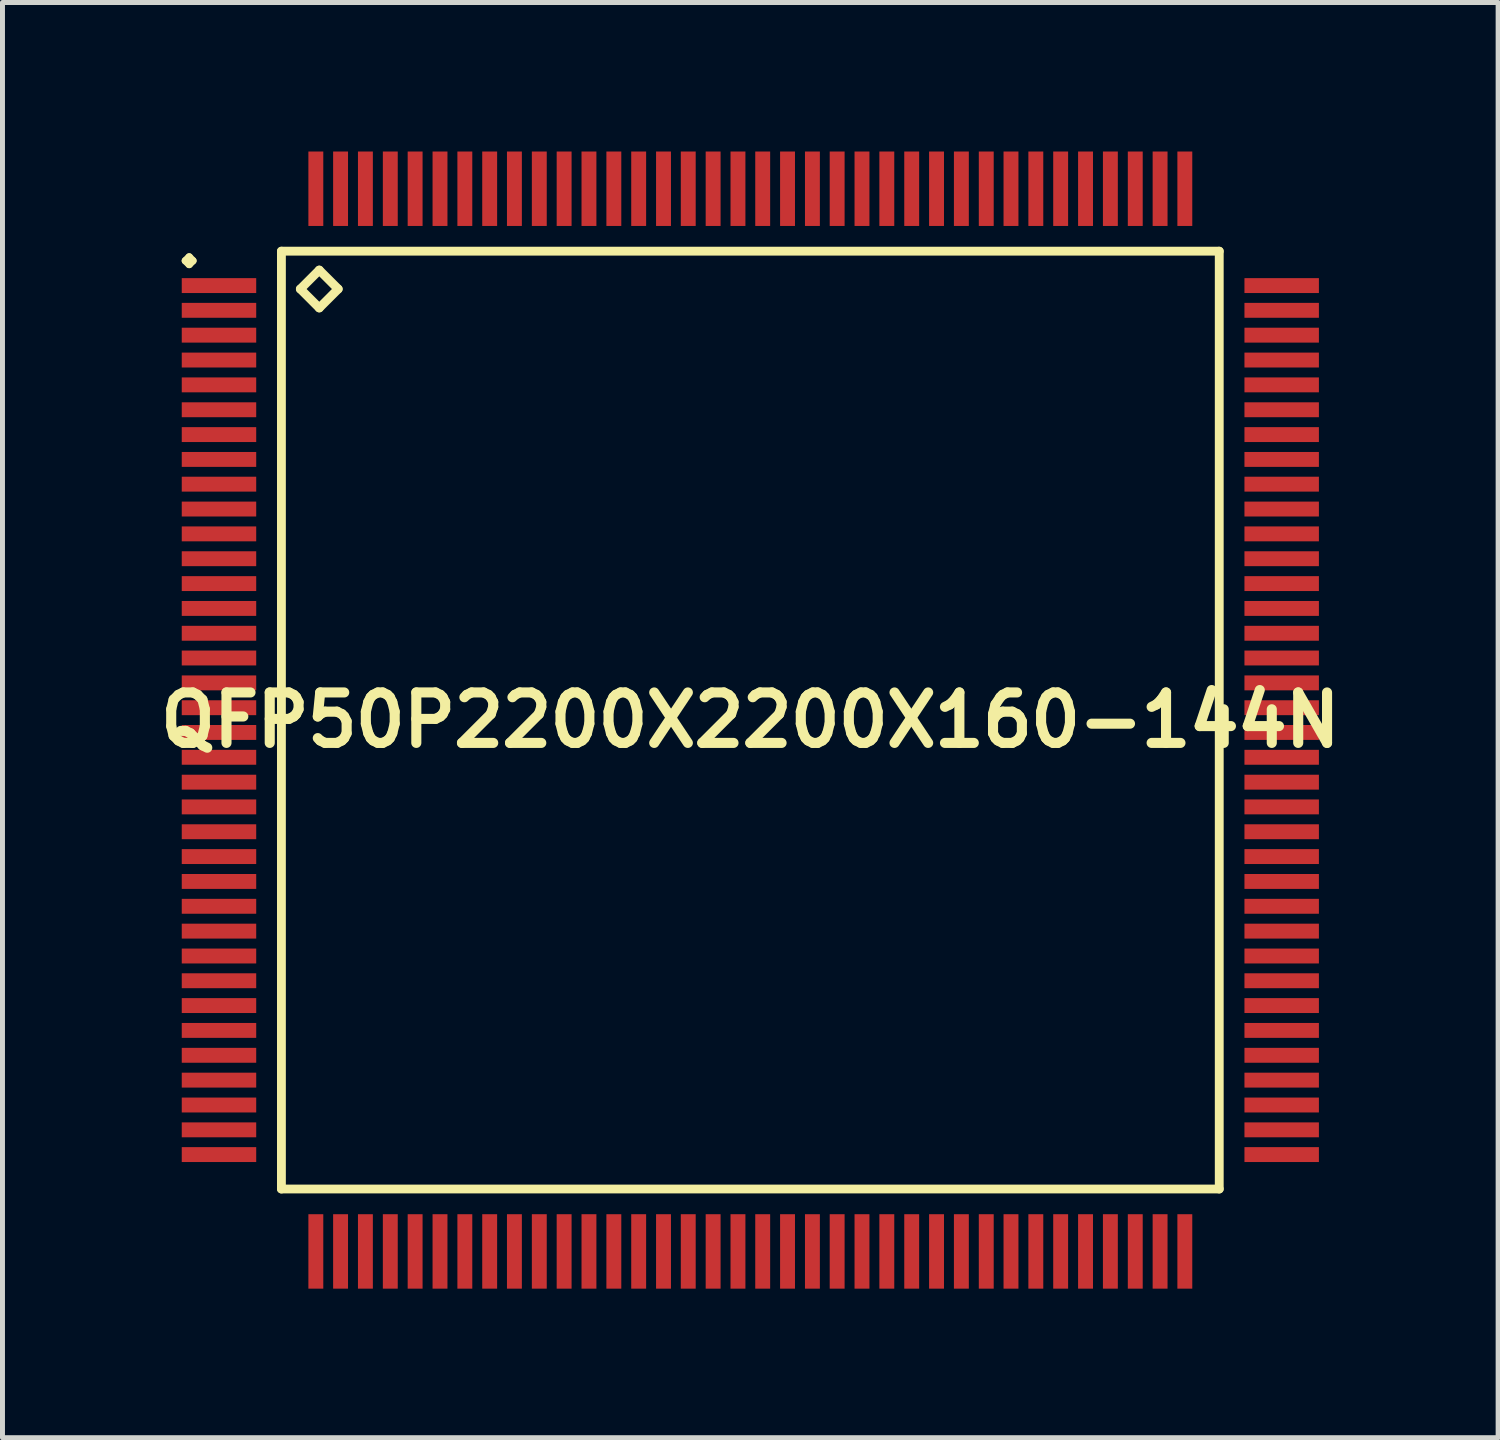
<source format=kicad_pcb>
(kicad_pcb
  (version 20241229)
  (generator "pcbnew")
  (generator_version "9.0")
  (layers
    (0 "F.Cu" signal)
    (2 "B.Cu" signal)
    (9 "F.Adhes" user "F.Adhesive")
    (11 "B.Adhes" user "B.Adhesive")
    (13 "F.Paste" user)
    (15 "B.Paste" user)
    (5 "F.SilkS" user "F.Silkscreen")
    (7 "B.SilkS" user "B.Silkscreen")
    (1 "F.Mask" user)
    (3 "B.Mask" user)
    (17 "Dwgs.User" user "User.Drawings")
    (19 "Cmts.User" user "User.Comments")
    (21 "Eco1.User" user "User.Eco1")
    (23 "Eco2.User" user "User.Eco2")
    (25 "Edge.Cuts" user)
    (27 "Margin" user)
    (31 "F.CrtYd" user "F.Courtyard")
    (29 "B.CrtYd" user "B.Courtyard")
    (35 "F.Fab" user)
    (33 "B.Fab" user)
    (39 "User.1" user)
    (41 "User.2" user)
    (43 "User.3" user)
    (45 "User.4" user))
  (footprint "QFP50P2200X2200X160-144N"
    (layer "F.Cu")
    (at 12.057 11.448)
    (property "Reference" "QFP50P2200X2200X160-144N" (at 0 0 0) (layer "F.SilkS") (effects (font (size 1.016 1.016) (thickness 0.203))))
    (attr smd)
    (fp_line (start -11.374 -9.248) (end -11.298 -9.324) (stroke (width 0.15) (type solid)) (layer "F.SilkS"))
    (fp_line (start -11.298 -9.324) (end -11.224 -9.248) (stroke (width 0.15) (type solid)) (layer "F.SilkS"))
    (fp_line (start -11.298 -9.174) (end -11.374 -9.248) (stroke (width 0.15) (type solid)) (layer "F.SilkS"))
    (fp_line (start -11.224 -9.248) (end -11.298 -9.174) (stroke (width 0.15) (type solid)) (layer "F.SilkS"))
    (fp_line (start -9.441 -9.441) (end -9.441 9.441) (stroke (width 0.178) (type solid)) (layer "F.SilkS"))
    (fp_line (start -9.441 9.441) (end 9.441 9.441) (stroke (width 0.178) (type solid)) (layer "F.SilkS"))
    (fp_line (start -9.06 -8.679) (end -8.679 -9.06) (stroke (width 0.178) (type solid)) (layer "F.SilkS"))
    (fp_line (start -8.679 -9.06) (end -8.298 -8.679) (stroke (width 0.178) (type solid)) (layer "F.SilkS"))
    (fp_line (start -8.679 -8.298) (end -9.06 -8.679) (stroke (width 0.178) (type solid)) (layer "F.SilkS"))
    (fp_line (start -8.298 -8.679) (end -8.679 -8.298) (stroke (width 0.178) (type solid)) (layer "F.SilkS"))
    (fp_line (start 9.441 -9.441) (end -9.441 -9.441) (stroke (width 0.178) (type solid)) (layer "F.SilkS"))
    (fp_line (start 9.441 9.441) (end 9.441 -9.441) (stroke (width 0.178) (type solid)) (layer "F.SilkS"))
    (pad "1" smd rect (at -10.698 -8.748) (size 1.499 0.3) (layers "F.Cu" "F.Mask" "F.Paste"))
    (pad "2" smd rect (at -10.698 -8.25) (size 1.499 0.3) (layers "F.Cu" "F.Mask" "F.Paste"))
    (pad "3" smd rect (at -10.698 -7.75) (size 1.499 0.3) (layers "F.Cu" "F.Mask" "F.Paste"))
    (pad "4" smd rect (at -10.698 -7.249) (size 1.499 0.3) (layers "F.Cu" "F.Mask" "F.Paste"))
    (pad "5" smd rect (at -10.698 -6.749) (size 1.499 0.3) (layers "F.Cu" "F.Mask" "F.Paste"))
    (pad "6" smd rect (at -10.698 -6.248) (size 1.499 0.3) (layers "F.Cu" "F.Mask" "F.Paste"))
    (pad "7" smd rect (at -10.698 -5.748) (size 1.499 0.3) (layers "F.Cu" "F.Mask" "F.Paste"))
    (pad "8" smd rect (at -10.698 -5.248) (size 1.499 0.3) (layers "F.Cu" "F.Mask" "F.Paste"))
    (pad "9" smd rect (at -10.698 -4.75) (size 1.499 0.3) (layers "F.Cu" "F.Mask" "F.Paste"))
    (pad "10" smd rect (at -10.698 -4.249) (size 1.499 0.3) (layers "F.Cu" "F.Mask" "F.Paste"))
    (pad "11" smd rect (at -10.698 -3.749) (size 1.499 0.3) (layers "F.Cu" "F.Mask" "F.Paste"))
    (pad "12" smd rect (at -10.698 -3.249) (size 1.499 0.3) (layers "F.Cu" "F.Mask" "F.Paste"))
    (pad "13" smd rect (at -10.698 -2.748) (size 1.499 0.3) (layers "F.Cu" "F.Mask" "F.Paste"))
    (pad "14" smd rect (at -10.698 -2.248) (size 1.499 0.3) (layers "F.Cu" "F.Mask" "F.Paste"))
    (pad "15" smd rect (at -10.698 -1.748) (size 1.499 0.3) (layers "F.Cu" "F.Mask" "F.Paste"))
    (pad "16" smd rect (at -10.698 -1.25) (size 1.499 0.3) (layers "F.Cu" "F.Mask" "F.Paste"))
    (pad "17" smd rect (at -10.698 -0.749) (size 1.499 0.3) (layers "F.Cu" "F.Mask" "F.Paste"))
    (pad "18" smd rect (at -10.698 -0.249) (size 1.499 0.3) (layers "F.Cu" "F.Mask" "F.Paste"))
    (pad "19" smd rect (at -10.698 0.249) (size 1.499 0.3) (layers "F.Cu" "F.Mask" "F.Paste"))
    (pad "20" smd rect (at -10.698 0.749) (size 1.499 0.3) (layers "F.Cu" "F.Mask" "F.Paste"))
    (pad "21" smd rect (at -10.698 1.25) (size 1.499 0.3) (layers "F.Cu" "F.Mask" "F.Paste"))
    (pad "22" smd rect (at -10.698 1.748) (size 1.499 0.3) (layers "F.Cu" "F.Mask" "F.Paste"))
    (pad "23" smd rect (at -10.698 2.248) (size 1.499 0.3) (layers "F.Cu" "F.Mask" "F.Paste"))
    (pad "24" smd rect (at -10.698 2.748) (size 1.499 0.3) (layers "F.Cu" "F.Mask" "F.Paste"))
    (pad "25" smd rect (at -10.698 3.249) (size 1.499 0.3) (layers "F.Cu" "F.Mask" "F.Paste"))
    (pad "26" smd rect (at -10.698 3.749) (size 1.499 0.3) (layers "F.Cu" "F.Mask" "F.Paste"))
    (pad "27" smd rect (at -10.698 4.249) (size 1.499 0.3) (layers "F.Cu" "F.Mask" "F.Paste"))
    (pad "28" smd rect (at -10.698 4.75) (size 1.499 0.3) (layers "F.Cu" "F.Mask" "F.Paste"))
    (pad "29" smd rect (at -10.698 5.248) (size 1.499 0.3) (layers "F.Cu" "F.Mask" "F.Paste"))
    (pad "30" smd rect (at -10.698 5.748) (size 1.499 0.3) (layers "F.Cu" "F.Mask" "F.Paste"))
    (pad "31" smd rect (at -10.698 6.248) (size 1.499 0.3) (layers "F.Cu" "F.Mask" "F.Paste"))
    (pad "32" smd rect (at -10.698 6.749) (size 1.499 0.3) (layers "F.Cu" "F.Mask" "F.Paste"))
    (pad "33" smd rect (at -10.698 7.249) (size 1.499 0.3) (layers "F.Cu" "F.Mask" "F.Paste"))
    (pad "34" smd rect (at -10.698 7.75) (size 1.499 0.3) (layers "F.Cu" "F.Mask" "F.Paste"))
    (pad "35" smd rect (at -10.698 8.25) (size 1.499 0.3) (layers "F.Cu" "F.Mask" "F.Paste"))
    (pad "36" smd rect (at -10.698 8.748) (size 1.499 0.3) (layers "F.Cu" "F.Mask" "F.Paste"))
    (pad "37" smd rect (at -8.748 10.698) (size 0.3 1.499) (layers "F.Cu" "F.Mask" "F.Paste"))
    (pad "38" smd rect (at -8.25 10.698) (size 0.3 1.499) (layers "F.Cu" "F.Mask" "F.Paste"))
    (pad "39" smd rect (at -7.75 10.698) (size 0.3 1.499) (layers "F.Cu" "F.Mask" "F.Paste"))
    (pad "40" smd rect (at -7.249 10.698) (size 0.3 1.499) (layers "F.Cu" "F.Mask" "F.Paste"))
    (pad "41" smd rect (at -6.749 10.698) (size 0.3 1.499) (layers "F.Cu" "F.Mask" "F.Paste"))
    (pad "42" smd rect (at -6.248 10.698) (size 0.3 1.499) (layers "F.Cu" "F.Mask" "F.Paste"))
    (pad "43" smd rect (at -5.748 10.698) (size 0.3 1.499) (layers "F.Cu" "F.Mask" "F.Paste"))
    (pad "44" smd rect (at -5.248 10.698) (size 0.3 1.499) (layers "F.Cu" "F.Mask" "F.Paste"))
    (pad "45" smd rect (at -4.75 10.698) (size 0.3 1.499) (layers "F.Cu" "F.Mask" "F.Paste"))
    (pad "46" smd rect (at -4.249 10.698) (size 0.3 1.499) (layers "F.Cu" "F.Mask" "F.Paste"))
    (pad "47" smd rect (at -3.749 10.698) (size 0.3 1.499) (layers "F.Cu" "F.Mask" "F.Paste"))
    (pad "48" smd rect (at -3.249 10.698) (size 0.3 1.499) (layers "F.Cu" "F.Mask" "F.Paste"))
    (pad "49" smd rect (at -2.748 10.698) (size 0.3 1.499) (layers "F.Cu" "F.Mask" "F.Paste"))
    (pad "50" smd rect (at -2.248 10.698) (size 0.3 1.499) (layers "F.Cu" "F.Mask" "F.Paste"))
    (pad "51" smd rect (at -1.748 10.698) (size 0.3 1.499) (layers "F.Cu" "F.Mask" "F.Paste"))
    (pad "52" smd rect (at -1.25 10.698) (size 0.3 1.499) (layers "F.Cu" "F.Mask" "F.Paste"))
    (pad "53" smd rect (at -0.749 10.698) (size 0.3 1.499) (layers "F.Cu" "F.Mask" "F.Paste"))
    (pad "54" smd rect (at -0.249 10.698) (size 0.3 1.499) (layers "F.Cu" "F.Mask" "F.Paste"))
    (pad "55" smd rect (at 0.249 10.698) (size 0.3 1.499) (layers "F.Cu" "F.Mask" "F.Paste"))
    (pad "56" smd rect (at 0.749 10.698) (size 0.3 1.499) (layers "F.Cu" "F.Mask" "F.Paste"))
    (pad "57" smd rect (at 1.25 10.698) (size 0.3 1.499) (layers "F.Cu" "F.Mask" "F.Paste"))
    (pad "58" smd rect (at 1.748 10.698) (size 0.3 1.499) (layers "F.Cu" "F.Mask" "F.Paste"))
    (pad "59" smd rect (at 2.248 10.698) (size 0.3 1.499) (layers "F.Cu" "F.Mask" "F.Paste"))
    (pad "60" smd rect (at 2.748 10.698) (size 0.3 1.499) (layers "F.Cu" "F.Mask" "F.Paste"))
    (pad "61" smd rect (at 3.249 10.698) (size 0.3 1.499) (layers "F.Cu" "F.Mask" "F.Paste"))
    (pad "62" smd rect (at 3.749 10.698) (size 0.3 1.499) (layers "F.Cu" "F.Mask" "F.Paste"))
    (pad "63" smd rect (at 4.249 10.698) (size 0.3 1.499) (layers "F.Cu" "F.Mask" "F.Paste"))
    (pad "64" smd rect (at 4.75 10.698) (size 0.3 1.499) (layers "F.Cu" "F.Mask" "F.Paste"))
    (pad "65" smd rect (at 5.248 10.698) (size 0.3 1.499) (layers "F.Cu" "F.Mask" "F.Paste"))
    (pad "66" smd rect (at 5.748 10.698) (size 0.3 1.499) (layers "F.Cu" "F.Mask" "F.Paste"))
    (pad "67" smd rect (at 6.248 10.698) (size 0.3 1.499) (layers "F.Cu" "F.Mask" "F.Paste"))
    (pad "68" smd rect (at 6.749 10.698) (size 0.3 1.499) (layers "F.Cu" "F.Mask" "F.Paste"))
    (pad "69" smd rect (at 7.249 10.698) (size 0.3 1.499) (layers "F.Cu" "F.Mask" "F.Paste"))
    (pad "70" smd rect (at 7.75 10.698) (size 0.3 1.499) (layers "F.Cu" "F.Mask" "F.Paste"))
    (pad "71" smd rect (at 8.25 10.698) (size 0.3 1.499) (layers "F.Cu" "F.Mask" "F.Paste"))
    (pad "72" smd rect (at 8.748 10.698) (size 0.3 1.499) (layers "F.Cu" "F.Mask" "F.Paste"))
    (pad "73" smd rect (at 10.698 8.748) (size 1.499 0.3) (layers "F.Cu" "F.Mask" "F.Paste"))
    (pad "74" smd rect (at 10.698 8.25) (size 1.499 0.3) (layers "F.Cu" "F.Mask" "F.Paste"))
    (pad "75" smd rect (at 10.698 7.75) (size 1.499 0.3) (layers "F.Cu" "F.Mask" "F.Paste"))
    (pad "76" smd rect (at 10.698 7.249) (size 1.499 0.3) (layers "F.Cu" "F.Mask" "F.Paste"))
    (pad "77" smd rect (at 10.698 6.749) (size 1.499 0.3) (layers "F.Cu" "F.Mask" "F.Paste"))
    (pad "78" smd rect (at 10.698 6.248) (size 1.499 0.3) (layers "F.Cu" "F.Mask" "F.Paste"))
    (pad "79" smd rect (at 10.698 5.748) (size 1.499 0.3) (layers "F.Cu" "F.Mask" "F.Paste"))
    (pad "80" smd rect (at 10.698 5.248) (size 1.499 0.3) (layers "F.Cu" "F.Mask" "F.Paste"))
    (pad "81" smd rect (at 10.698 4.75) (size 1.499 0.3) (layers "F.Cu" "F.Mask" "F.Paste"))
    (pad "82" smd rect (at 10.698 4.249) (size 1.499 0.3) (layers "F.Cu" "F.Mask" "F.Paste"))
    (pad "83" smd rect (at 10.698 3.749) (size 1.499 0.3) (layers "F.Cu" "F.Mask" "F.Paste"))
    (pad "84" smd rect (at 10.698 3.249) (size 1.499 0.3) (layers "F.Cu" "F.Mask" "F.Paste"))
    (pad "85" smd rect (at 10.698 2.748) (size 1.499 0.3) (layers "F.Cu" "F.Mask" "F.Paste"))
    (pad "86" smd rect (at 10.698 2.248) (size 1.499 0.3) (layers "F.Cu" "F.Mask" "F.Paste"))
    (pad "87" smd rect (at 10.698 1.748) (size 1.499 0.3) (layers "F.Cu" "F.Mask" "F.Paste"))
    (pad "88" smd rect (at 10.698 1.25) (size 1.499 0.3) (layers "F.Cu" "F.Mask" "F.Paste"))
    (pad "89" smd rect (at 10.698 0.749) (size 1.499 0.3) (layers "F.Cu" "F.Mask" "F.Paste"))
    (pad "90" smd rect (at 10.698 0.249) (size 1.499 0.3) (layers "F.Cu" "F.Mask" "F.Paste"))
    (pad "91" smd rect (at 10.698 -0.249) (size 1.499 0.3) (layers "F.Cu" "F.Mask" "F.Paste"))
    (pad "92" smd rect (at 10.698 -0.749) (size 1.499 0.3) (layers "F.Cu" "F.Mask" "F.Paste"))
    (pad "93" smd rect (at 10.698 -1.25) (size 1.499 0.3) (layers "F.Cu" "F.Mask" "F.Paste"))
    (pad "94" smd rect (at 10.698 -1.748) (size 1.499 0.3) (layers "F.Cu" "F.Mask" "F.Paste"))
    (pad "95" smd rect (at 10.698 -2.248) (size 1.499 0.3) (layers "F.Cu" "F.Mask" "F.Paste"))
    (pad "96" smd rect (at 10.698 -2.748) (size 1.499 0.3) (layers "F.Cu" "F.Mask" "F.Paste"))
    (pad "97" smd rect (at 10.698 -3.249) (size 1.499 0.3) (layers "F.Cu" "F.Mask" "F.Paste"))
    (pad "98" smd rect (at 10.698 -3.749) (size 1.499 0.3) (layers "F.Cu" "F.Mask" "F.Paste"))
    (pad "99" smd rect (at 10.698 -4.249) (size 1.499 0.3) (layers "F.Cu" "F.Mask" "F.Paste"))
    (pad "100" smd rect (at 10.698 -4.75) (size 1.499 0.3) (layers "F.Cu" "F.Mask" "F.Paste"))
    (pad "101" smd rect (at 10.698 -5.248) (size 1.499 0.3) (layers "F.Cu" "F.Mask" "F.Paste"))
    (pad "102" smd rect (at 10.698 -5.748) (size 1.499 0.3) (layers "F.Cu" "F.Mask" "F.Paste"))
    (pad "103" smd rect (at 10.698 -6.248) (size 1.499 0.3) (layers "F.Cu" "F.Mask" "F.Paste"))
    (pad "104" smd rect (at 10.698 -6.749) (size 1.499 0.3) (layers "F.Cu" "F.Mask" "F.Paste"))
    (pad "105" smd rect (at 10.698 -7.249) (size 1.499 0.3) (layers "F.Cu" "F.Mask" "F.Paste"))
    (pad "106" smd rect (at 10.698 -7.75) (size 1.499 0.3) (layers "F.Cu" "F.Mask" "F.Paste"))
    (pad "107" smd rect (at 10.698 -8.25) (size 1.499 0.3) (layers "F.Cu" "F.Mask" "F.Paste"))
    (pad "108" smd rect (at 10.698 -8.748) (size 1.499 0.3) (layers "F.Cu" "F.Mask" "F.Paste"))
    (pad "109" smd rect (at 8.748 -10.698) (size 0.3 1.499) (layers "F.Cu" "F.Mask" "F.Paste"))
    (pad "110" smd rect (at 8.25 -10.698) (size 0.3 1.499) (layers "F.Cu" "F.Mask" "F.Paste"))
    (pad "111" smd rect (at 7.75 -10.698) (size 0.3 1.499) (layers "F.Cu" "F.Mask" "F.Paste"))
    (pad "112" smd rect (at 7.249 -10.698) (size 0.3 1.499) (layers "F.Cu" "F.Mask" "F.Paste"))
    (pad "113" smd rect (at 6.749 -10.698) (size 0.3 1.499) (layers "F.Cu" "F.Mask" "F.Paste"))
    (pad "114" smd rect (at 6.248 -10.698) (size 0.3 1.499) (layers "F.Cu" "F.Mask" "F.Paste"))
    (pad "115" smd rect (at 5.748 -10.698) (size 0.3 1.499) (layers "F.Cu" "F.Mask" "F.Paste"))
    (pad "116" smd rect (at 5.248 -10.698) (size 0.3 1.499) (layers "F.Cu" "F.Mask" "F.Paste"))
    (pad "117" smd rect (at 4.75 -10.698) (size 0.3 1.499) (layers "F.Cu" "F.Mask" "F.Paste"))
    (pad "118" smd rect (at 4.249 -10.698) (size 0.3 1.499) (layers "F.Cu" "F.Mask" "F.Paste"))
    (pad "119" smd rect (at 3.749 -10.698) (size 0.3 1.499) (layers "F.Cu" "F.Mask" "F.Paste"))
    (pad "120" smd rect (at 3.249 -10.698) (size 0.3 1.499) (layers "F.Cu" "F.Mask" "F.Paste"))
    (pad "121" smd rect (at 2.748 -10.698) (size 0.3 1.499) (layers "F.Cu" "F.Mask" "F.Paste"))
    (pad "122" smd rect (at 2.248 -10.698) (size 0.3 1.499) (layers "F.Cu" "F.Mask" "F.Paste"))
    (pad "123" smd rect (at 1.748 -10.698) (size 0.3 1.499) (layers "F.Cu" "F.Mask" "F.Paste"))
    (pad "124" smd rect (at 1.25 -10.698) (size 0.3 1.499) (layers "F.Cu" "F.Mask" "F.Paste"))
    (pad "125" smd rect (at 0.749 -10.698) (size 0.3 1.499) (layers "F.Cu" "F.Mask" "F.Paste"))
    (pad "126" smd rect (at 0.249 -10.698) (size 0.3 1.499) (layers "F.Cu" "F.Mask" "F.Paste"))
    (pad "127" smd rect (at -0.249 -10.698) (size 0.3 1.499) (layers "F.Cu" "F.Mask" "F.Paste"))
    (pad "128" smd rect (at -0.749 -10.698) (size 0.3 1.499) (layers "F.Cu" "F.Mask" "F.Paste"))
    (pad "129" smd rect (at -1.25 -10.698) (size 0.3 1.499) (layers "F.Cu" "F.Mask" "F.Paste"))
    (pad "130" smd rect (at -1.748 -10.698) (size 0.3 1.499) (layers "F.Cu" "F.Mask" "F.Paste"))
    (pad "131" smd rect (at -2.248 -10.698) (size 0.3 1.499) (layers "F.Cu" "F.Mask" "F.Paste"))
    (pad "132" smd rect (at -2.748 -10.698) (size 0.3 1.499) (layers "F.Cu" "F.Mask" "F.Paste"))
    (pad "133" smd rect (at -3.249 -10.698) (size 0.3 1.499) (layers "F.Cu" "F.Mask" "F.Paste"))
    (pad "134" smd rect (at -3.749 -10.698) (size 0.3 1.499) (layers "F.Cu" "F.Mask" "F.Paste"))
    (pad "135" smd rect (at -4.249 -10.698) (size 0.3 1.499) (layers "F.Cu" "F.Mask" "F.Paste"))
    (pad "136" smd rect (at -4.75 -10.698) (size 0.3 1.499) (layers "F.Cu" "F.Mask" "F.Paste"))
    (pad "137" smd rect (at -5.248 -10.698) (size 0.3 1.499) (layers "F.Cu" "F.Mask" "F.Paste"))
    (pad "138" smd rect (at -5.748 -10.698) (size 0.3 1.499) (layers "F.Cu" "F.Mask" "F.Paste"))
    (pad "139" smd rect (at -6.248 -10.698) (size 0.3 1.499) (layers "F.Cu" "F.Mask" "F.Paste"))
    (pad "140" smd rect (at -6.749 -10.698) (size 0.3 1.499) (layers "F.Cu" "F.Mask" "F.Paste"))
    (pad "141" smd rect (at -7.249 -10.698) (size 0.3 1.499) (layers "F.Cu" "F.Mask" "F.Paste"))
    (pad "142" smd rect (at -7.75 -10.698) (size 0.3 1.499) (layers "F.Cu" "F.Mask" "F.Paste"))
    (pad "143" smd rect (at -8.25 -10.698) (size 0.3 1.499) (layers "F.Cu" "F.Mask" "F.Paste"))
    (pad "144" smd rect (at -8.748 -10.698) (size 0.3 1.499) (layers "F.Cu" "F.Mask" "F.Paste")))
  (gr_rect
    (start -3 -3)
    (end 27.113 25.896)
    (stroke (width 0.1) (type default))
    (fill no)
    (layer "Edge.Cuts")))
</source>
